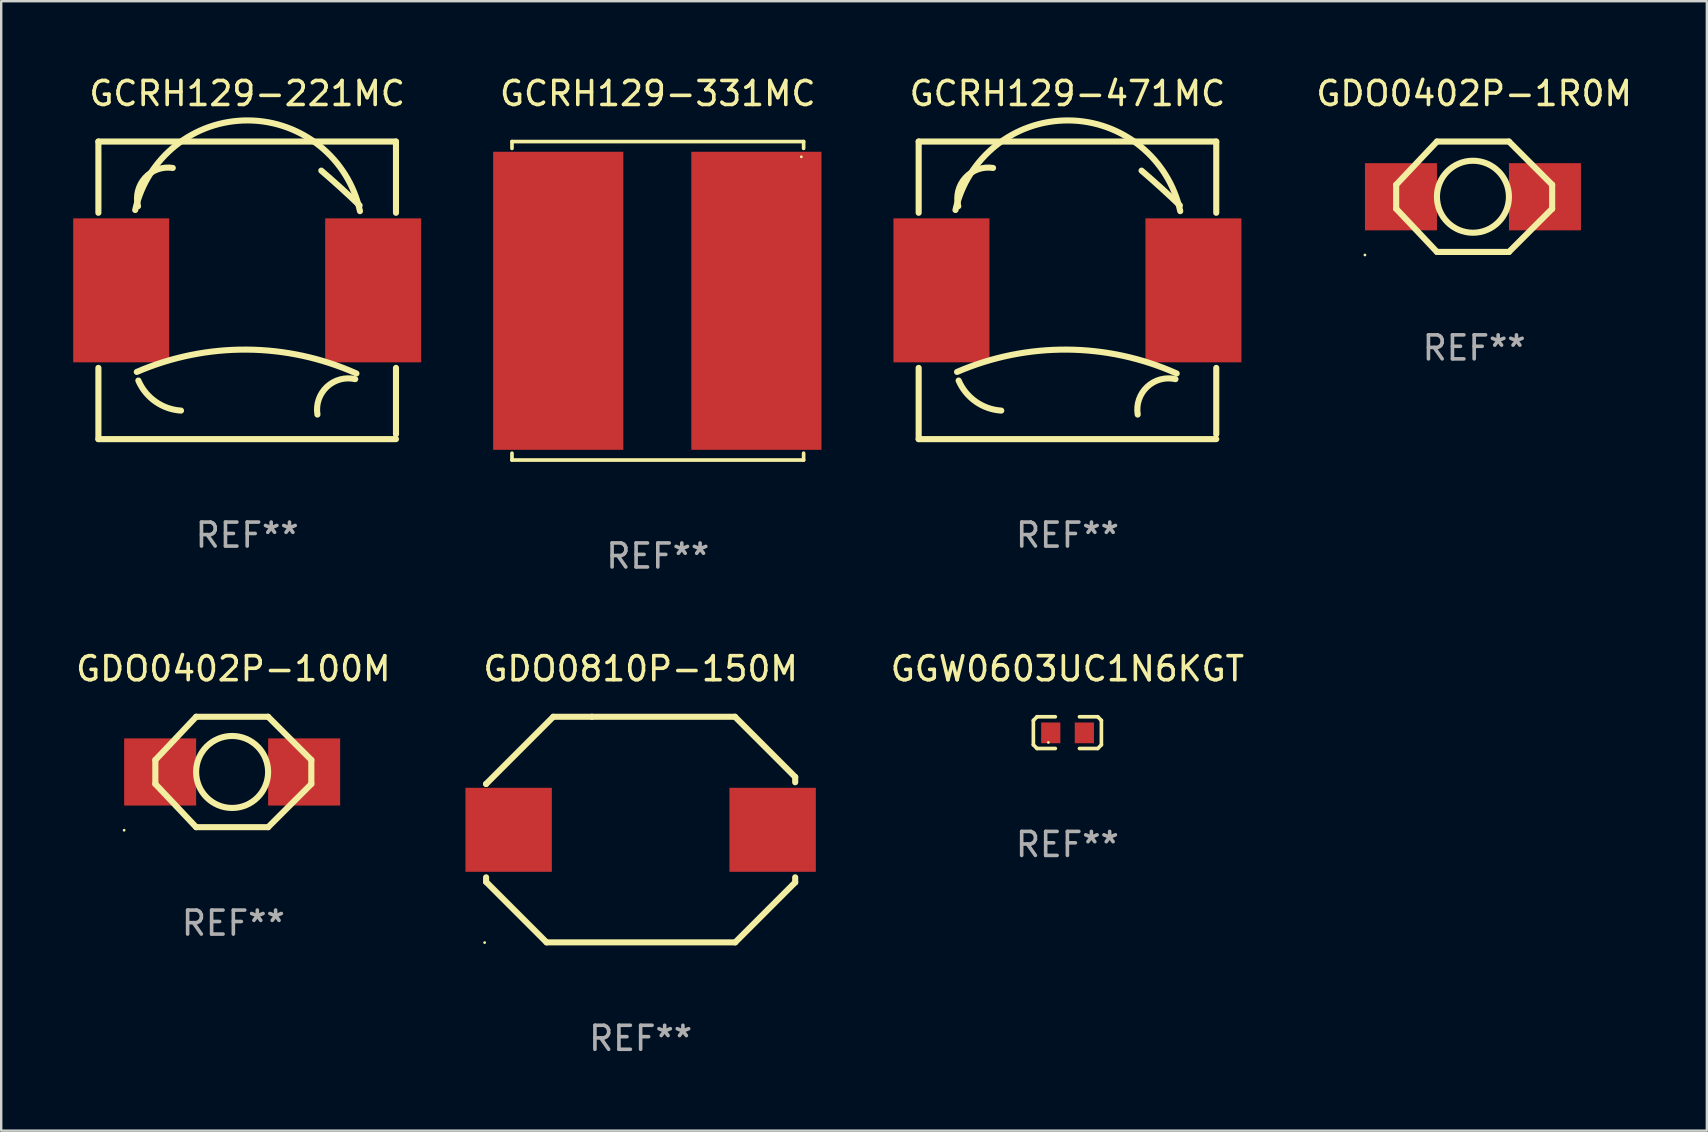
<source format=kicad_pcb>
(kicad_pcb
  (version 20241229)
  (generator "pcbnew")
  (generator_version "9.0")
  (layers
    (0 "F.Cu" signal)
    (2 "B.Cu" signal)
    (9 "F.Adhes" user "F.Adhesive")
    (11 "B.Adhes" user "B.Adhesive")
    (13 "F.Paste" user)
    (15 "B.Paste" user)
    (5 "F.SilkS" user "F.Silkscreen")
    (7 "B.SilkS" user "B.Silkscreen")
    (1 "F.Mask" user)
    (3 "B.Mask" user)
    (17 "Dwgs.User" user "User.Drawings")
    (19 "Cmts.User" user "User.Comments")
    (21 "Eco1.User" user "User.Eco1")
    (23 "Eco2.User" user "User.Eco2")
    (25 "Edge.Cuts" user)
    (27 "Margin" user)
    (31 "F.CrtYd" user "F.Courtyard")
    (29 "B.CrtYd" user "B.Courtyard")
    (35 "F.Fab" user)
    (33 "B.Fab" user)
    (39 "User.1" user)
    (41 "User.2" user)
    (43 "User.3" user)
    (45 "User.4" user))
  (footprint "GCRH129-331MC"
    (layer "F.Cu")
    (at 24.36 9.484)
    (property "Reference" "GCRH129-331MC" (at 0 -8.636 0) (layer "F.SilkS") (effects (font (size 1 1) (thickness 0.15))))
    (attr through_hole)
    (fp_line (start -6.076 -6.636) (end -6.076 -6.35) (stroke (width 0.152) (type solid)) (layer "F.SilkS"))
    (fp_line (start -6.076 6.636) (end -6.076 6.35) (stroke (width 0.152) (type solid)) (layer "F.SilkS"))
    (fp_line (start 6.076 -6.636) (end -6.076 -6.636) (stroke (width 0.152) (type solid)) (layer "F.SilkS"))
    (fp_line (start 6.076 -6.35) (end 6.076 -6.636) (stroke (width 0.152) (type solid)) (layer "F.SilkS"))
    (fp_line (start 6.076 6.35) (end 6.076 6.636) (stroke (width 0.152) (type solid)) (layer "F.SilkS"))
    (fp_line (start 6.076 6.636) (end -6.076 6.636) (stroke (width 0.152) (type solid)) (layer "F.SilkS"))
    (fp_circle (center 5.98 -6) (end 6.01 -6) (stroke (width 0.06) (type solid)) (fill no) (layer "F.SilkS"))
    (fp_text user "REF**" (at 0 10.636 0) (layer "F.Fab") (effects (font (size 1 1) (thickness 0.15))))
    (pad "1" smd rect (at 4.108 0) (size 5.424 12.42) (layers "F.Cu" "F.Mask" "F.Paste"))
    (pad "2" smd rect (at -4.148 0) (size 5.424 12.42) (layers "F.Cu" "F.Mask" "F.Paste")))
  (footprint "GDO0810P-150M"
    (layer "F.Cu")
    (at 23.645 31.517)
    (property "Reference" "GDO0810P-150M" (at 0 -6.7 0) (layer "F.SilkS") (effects (font (size 1 1) (thickness 0.15))))
    (attr through_hole)
    (fp_line (start -6.44 -1.9) (end -6.44 -1.9) (stroke (width 0.254) (type solid)) (layer "F.SilkS"))
    (fp_line (start -6.44 -1.9) (end -3.64 -4.7) (stroke (width 0.254) (type solid)) (layer "F.SilkS"))
    (fp_line (start -6.44 2.18) (end -6.44 1.991) (stroke (width 0.254) (type solid)) (layer "F.SilkS"))
    (fp_line (start -3.92 4.7) (end -6.44 2.18) (stroke (width 0.254) (type solid)) (layer "F.SilkS"))
    (fp_line (start -3.64 -4.7) (end -2.03 -4.7) (stroke (width 0.254) (type solid)) (layer "F.SilkS"))
    (fp_line (start -2.04 -4.7) (end 3.93 -4.7) (stroke (width 0.254) (type solid)) (layer "F.SilkS"))
    (fp_line (start 3.93 -4.7) (end 6.44 -2.19) (stroke (width 0.254) (type solid)) (layer "F.SilkS"))
    (fp_line (start 3.94 4.7) (end -3.92 4.7) (stroke (width 0.254) (type solid)) (layer "F.SilkS"))
    (fp_line (start 6.44 -2.19) (end 6.44 -1.971) (stroke (width 0.254) (type solid)) (layer "F.SilkS"))
    (fp_line (start 6.44 1.991) (end 6.44 2.2) (stroke (width 0.254) (type solid)) (layer "F.SilkS"))
    (fp_line (start 6.44 2.2) (end 3.94 4.7) (stroke (width 0.254) (type solid)) (layer "F.SilkS"))
    (fp_circle (center -6.5 4.71) (end -6.47 4.71) (stroke (width 0.06) (type solid)) (fill no) (layer "F.SilkS"))
    (fp_text user "REF**" (at 0 8.7 0) (layer "F.Fab") (effects (font (size 1 1) (thickness 0.15))))
    (pad "1" smd rect (at -5.5 0.01) (size 3.6 3.5) (layers "F.Cu" "F.Mask" "F.Paste"))
    (pad "2" smd rect (at 5.5 0.01) (size 3.6 3.5) (layers "F.Cu" "F.Mask" "F.Paste")))
  (footprint "GCRH129-221MC"
    (layer "F.Cu")
    (at 7.25 9.048)
    (property "Reference" "GCRH129-221MC" (at 0 -8.2 0) (layer "F.SilkS") (effects (font (size 1 1) (thickness 0.15))))
    (attr through_hole)
    (fp_line (start -6.2 -6.2) (end -6.2 -3.231) (stroke (width 0.254) (type solid)) (layer "F.SilkS"))
    (fp_line (start -6.2 -6.2) (end 6.2 -6.2) (stroke (width 0.254) (type solid)) (layer "F.SilkS"))
    (fp_line (start -6.2 3.231) (end -6.2 6.2) (stroke (width 0.254) (type solid)) (layer "F.SilkS"))
    (fp_line (start -6.2 6.2) (end 6.2 6.2) (stroke (width 0.254) (type solid)) (layer "F.SilkS"))
    (fp_line (start 6.2 -6.2) (end 6.2 -3.231) (stroke (width 0.254) (type solid)) (layer "F.SilkS"))
    (fp_line (start 6.2 3.231) (end 6.2 6) (stroke (width 0.254) (type solid)) (layer "F.SilkS"))
    (fp_arc (start -4.666268 -3.347523) (mid 0.035925 -7.080035) (end 4.7 -3.3) (stroke (width 0.254001) (type solid)) (layer "F.SilkS"))
    (fp_arc (start -4.6 3.4) (mid -0.017181 2.469621) (end 4.552248 3.463678) (stroke (width 0.254001) (type solid)) (layer "F.SilkS"))
    (fp_arc (start -4.54986 -3.504115) (mid -4.254361 -4.692196) (end -3.1 -5.099999) (stroke (width 0.254001) (type solid)) (layer "F.SilkS"))
    (fp_arc (start -2.758293 5.011176) (mid -3.822943 4.635946) (end -4.534316 3.759462) (stroke (width 0.254001) (type solid)) (layer "F.SilkS"))
    (fp_arc (start 2.927153 5.17587) (mid 3.321583 4.020185) (end 4.5 3.7) (stroke (width 0.254001) (type solid)) (layer "F.SilkS"))
    (fp_arc (start 3.08763 -4.988189) (mid 3.895745 -4.274456) (end 4.683515 -3.538329) (stroke (width 0.254001) (type solid)) (layer "F.SilkS"))
    (fp_circle (center -6.15 6.15) (end -6.12 6.15) (stroke (width 0.06) (type solid)) (fill no) (layer "F.SilkS"))
    (fp_text user "REF**" (at 0 10.2 0) (layer "F.Fab") (effects (font (size 1 1) (thickness 0.15))))
    (pad "1" smd rect (at -5.25 0) (size 4 6) (layers "F.Cu" "F.Mask" "F.Paste"))
    (pad "2" smd rect (at 5.25 0) (size 4 6) (layers "F.Cu" "F.Mask" "F.Paste")))
  (footprint "GGW0603UC1N6KGT"
    (layer "F.Cu")
    (at 41.427 27.478)
    (property "Reference" "GGW0603UC1N6KGT" (at 0 -2.661 0) (layer "F.SilkS") (effects (font (size 1 1) (thickness 0.15))))
    (attr through_hole)
    (fp_line (start -1.417 -0.508) (end -1.265 -0.661) (stroke (width 0.152) (type solid)) (layer "F.SilkS"))
    (fp_line (start -1.417 0.508) (end -1.417 -0.508) (stroke (width 0.152) (type solid)) (layer "F.SilkS"))
    (fp_line (start -1.265 -0.661) (end -0.503 -0.661) (stroke (width 0.152) (type solid)) (layer "F.SilkS"))
    (fp_line (start -1.265 0.661) (end -1.417 0.508) (stroke (width 0.152) (type solid)) (layer "F.SilkS"))
    (fp_line (start -1.265 0.661) (end -0.503 0.661) (stroke (width 0.152) (type solid)) (layer "F.SilkS"))
    (fp_line (start 1.265 -0.661) (end 0.503 -0.661) (stroke (width 0.152) (type solid)) (layer "F.SilkS"))
    (fp_line (start 1.265 -0.661) (end 1.417 -0.508) (stroke (width 0.152) (type solid)) (layer "F.SilkS"))
    (fp_line (start 1.265 0.661) (end 0.503 0.661) (stroke (width 0.152) (type solid)) (layer "F.SilkS"))
    (fp_line (start 1.417 -0.508) (end 1.417 0.508) (stroke (width 0.152) (type solid)) (layer "F.SilkS"))
    (fp_line (start 1.417 0.508) (end 1.265 0.661) (stroke (width 0.152) (type solid)) (layer "F.SilkS"))
    (fp_circle (center -0.793 0.409) (end -0.763 0.409) (stroke (width 0.06) (type solid)) (fill no) (layer "F.SilkS"))
    (fp_text user "REF**" (at 0 4.661 0) (layer "F.Fab") (effects (font (size 1 1) (thickness 0.15))))
    (pad "1" smd rect (at -0.693 0.009 180) (size 0.8 0.864) (layers "F.Cu" "F.Mask" "F.Paste"))
    (pad "2" smd rect (at 0.707 0.009 180) (size 0.8 0.864) (layers "F.Cu" "F.Mask" "F.Paste")))
  (footprint "GDO0402P-100M"
    (layer "F.Cu")
    (at 6.673 29.117)
    (property "Reference" "GDO0402P-100M" (at 0 -4.3 0) (layer "F.SilkS") (effects (font (size 1 1) (thickness 0.15))))
    (attr through_hole)
    (fp_line (start -3.25 -0.5) (end -1.55 -2.3) (stroke (width 0.254) (type solid)) (layer "F.SilkS"))
    (fp_line (start -3.25 0.5) (end -3.25 -0.5) (stroke (width 0.254) (type solid)) (layer "F.SilkS"))
    (fp_line (start -3.25 0.5) (end -1.55 2.3) (stroke (width 0.254) (type solid)) (layer "F.SilkS"))
    (fp_line (start -1.55 -2.3) (end 1.45 -2.3) (stroke (width 0.254) (type solid)) (layer "F.SilkS"))
    (fp_line (start -1.55 2.3) (end 1.45 2.3) (stroke (width 0.254) (type solid)) (layer "F.SilkS"))
    (fp_line (start 1.45 -2.3) (end 3.25 -0.5) (stroke (width 0.254) (type solid)) (layer "F.SilkS"))
    (fp_line (start 1.45 2.3) (end 3.25 0.5) (stroke (width 0.254) (type solid)) (layer "F.SilkS"))
    (fp_line (start 3.25 -0.5) (end 3.25 0.5) (stroke (width 0.254) (type solid)) (layer "F.SilkS"))
    (fp_circle (center -4.551 2.427) (end -4.521 2.427) (stroke (width 0.06) (type solid)) (fill no) (layer "F.SilkS"))
    (fp_circle (center -0.051 0) (end 1.449 0) (stroke (width 0.254) (type solid)) (fill no) (layer "F.SilkS"))
    (fp_text user "REF**" (at 0 6.3 0) (layer "F.Fab") (effects (font (size 1 1) (thickness 0.15))))
    (pad "1" smd rect (at -3.05 0) (size 3 2.799) (layers "F.Cu" "F.Mask" "F.Paste"))
    (pad "2" smd rect (at 2.95 0) (size 3 2.799) (layers "F.Cu" "F.Mask" "F.Paste")))
  (footprint "GCRH129-471MC"
    (layer "F.Cu")
    (at 41.43 9.048)
    (property "Reference" "GCRH129-471MC" (at 0 -8.2 0) (layer "F.SilkS") (effects (font (size 1 1) (thickness 0.15))))
    (attr through_hole)
    (fp_line (start -6.2 -6.2) (end -6.2 -3.231) (stroke (width 0.254) (type solid)) (layer "F.SilkS"))
    (fp_line (start -6.2 -6.2) (end 6.2 -6.2) (stroke (width 0.254) (type solid)) (layer "F.SilkS"))
    (fp_line (start -6.2 3.231) (end -6.2 6.2) (stroke (width 0.254) (type solid)) (layer "F.SilkS"))
    (fp_line (start -6.2 6.2) (end 6.2 6.2) (stroke (width 0.254) (type solid)) (layer "F.SilkS"))
    (fp_line (start 6.2 -6.2) (end 6.2 -3.231) (stroke (width 0.254) (type solid)) (layer "F.SilkS"))
    (fp_line (start 6.2 3.231) (end 6.2 6) (stroke (width 0.254) (type solid)) (layer "F.SilkS"))
    (fp_arc (start -4.666268 -3.347523) (mid 0.035925 -7.080035) (end 4.7 -3.3) (stroke (width 0.254001) (type solid)) (layer "F.SilkS"))
    (fp_arc (start -4.6 3.4) (mid -0.017181 2.469621) (end 4.552248 3.463678) (stroke (width 0.254001) (type solid)) (layer "F.SilkS"))
    (fp_arc (start -4.54986 -3.504115) (mid -4.254361 -4.692196) (end -3.1 -5.099999) (stroke (width 0.254001) (type solid)) (layer "F.SilkS"))
    (fp_arc (start -2.758293 5.011176) (mid -3.822943 4.635946) (end -4.534316 3.759462) (stroke (width 0.254001) (type solid)) (layer "F.SilkS"))
    (fp_arc (start 2.927153 5.17587) (mid 3.321583 4.020185) (end 4.5 3.7) (stroke (width 0.254001) (type solid)) (layer "F.SilkS"))
    (fp_arc (start 3.08763 -4.988189) (mid 3.895745 -4.274456) (end 4.683515 -3.538329) (stroke (width 0.254001) (type solid)) (layer "F.SilkS"))
    (fp_circle (center -6.15 6.15) (end -6.12 6.15) (stroke (width 0.06) (type solid)) (fill no) (layer "F.SilkS"))
    (fp_text user "REF**" (at 0 10.2 0) (layer "F.Fab") (effects (font (size 1 1) (thickness 0.15))))
    (pad "1" smd rect (at -5.25 0) (size 4 6) (layers "F.Cu" "F.Mask" "F.Paste"))
    (pad "2" smd rect (at 5.25 0) (size 4 6) (layers "F.Cu" "F.Mask" "F.Paste")))
  (footprint "GDO0402P-1R0M"
    (layer "F.Cu")
    (at 58.377 5.148)
    (property "Reference" "GDO0402P-1R0M" (at 0 -4.3 0) (layer "F.SilkS") (effects (font (size 1 1) (thickness 0.15))))
    (attr through_hole)
    (fp_line (start -3.25 -0.5) (end -1.55 -2.3) (stroke (width 0.254) (type solid)) (layer "F.SilkS"))
    (fp_line (start -3.25 0.5) (end -3.25 -0.5) (stroke (width 0.254) (type solid)) (layer "F.SilkS"))
    (fp_line (start -3.25 0.5) (end -1.55 2.3) (stroke (width 0.254) (type solid)) (layer "F.SilkS"))
    (fp_line (start -1.55 -2.3) (end 1.45 -2.3) (stroke (width 0.254) (type solid)) (layer "F.SilkS"))
    (fp_line (start -1.55 2.3) (end 1.45 2.3) (stroke (width 0.254) (type solid)) (layer "F.SilkS"))
    (fp_line (start 1.45 -2.3) (end 3.25 -0.5) (stroke (width 0.254) (type solid)) (layer "F.SilkS"))
    (fp_line (start 1.45 2.3) (end 3.25 0.5) (stroke (width 0.254) (type solid)) (layer "F.SilkS"))
    (fp_line (start 3.25 -0.5) (end 3.25 0.5) (stroke (width 0.254) (type solid)) (layer "F.SilkS"))
    (fp_circle (center -4.551 2.427) (end -4.521 2.427) (stroke (width 0.06) (type solid)) (fill no) (layer "F.SilkS"))
    (fp_circle (center -0.051 0) (end 1.449 0) (stroke (width 0.254) (type solid)) (fill no) (layer "F.SilkS"))
    (fp_text user "REF**" (at 0 6.3 0) (layer "F.Fab") (effects (font (size 1 1) (thickness 0.15))))
    (pad "1" smd rect (at -3.05 0) (size 3 2.799) (layers "F.Cu" "F.Mask" "F.Paste"))
    (pad "2" smd rect (at 2.95 0) (size 3 2.799) (layers "F.Cu" "F.Mask" "F.Paste")))
  (gr_rect
    (start -3 -3)
    (end 68.073 44.065)
    (stroke (width 0.1) (type default))
    (fill no)
    (layer "Edge.Cuts")))
</source>
